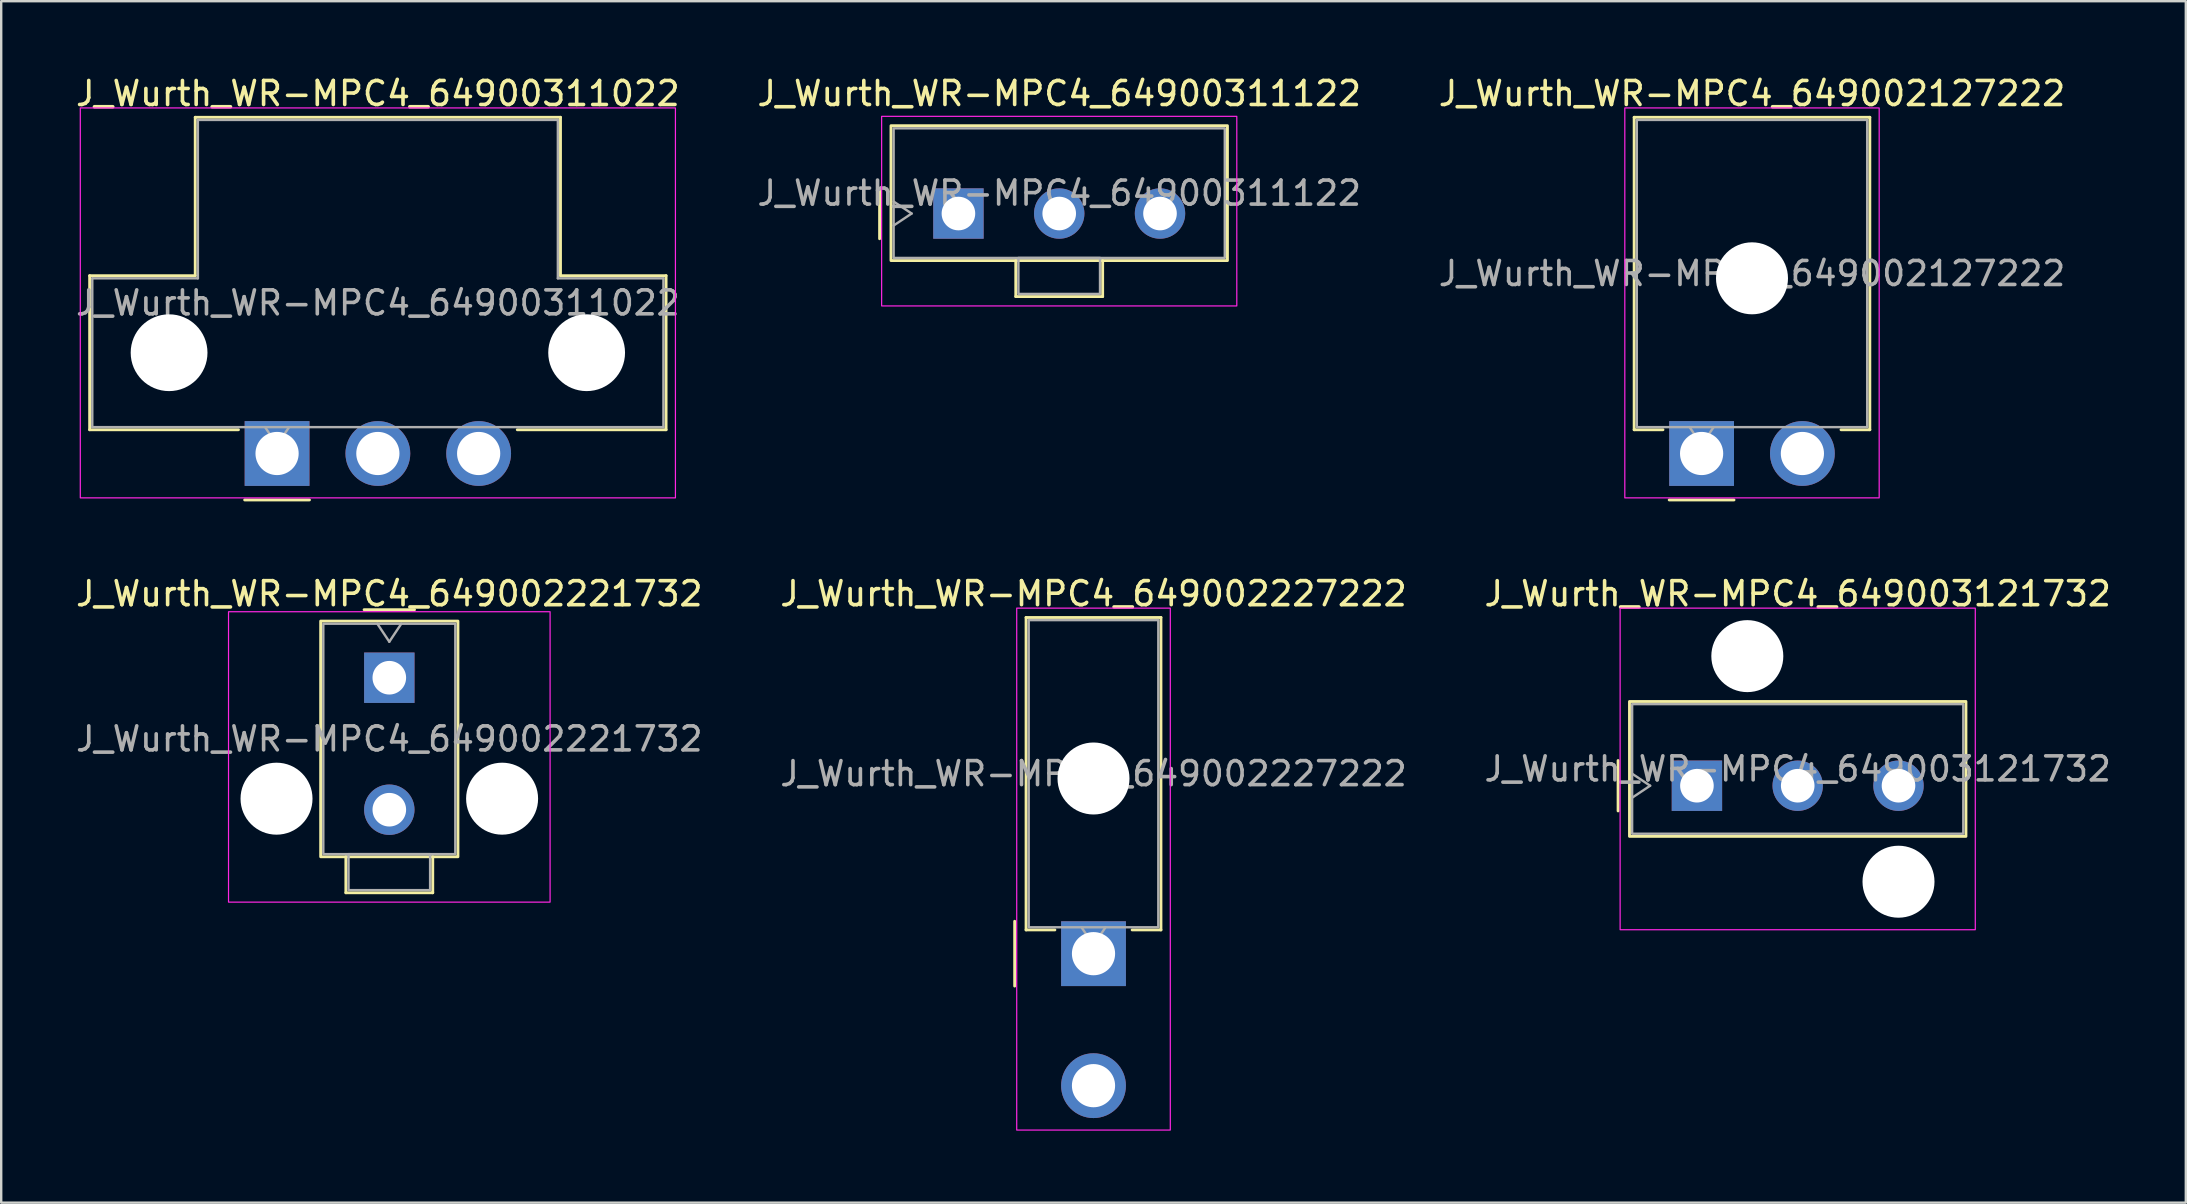
<source format=kicad_pcb>
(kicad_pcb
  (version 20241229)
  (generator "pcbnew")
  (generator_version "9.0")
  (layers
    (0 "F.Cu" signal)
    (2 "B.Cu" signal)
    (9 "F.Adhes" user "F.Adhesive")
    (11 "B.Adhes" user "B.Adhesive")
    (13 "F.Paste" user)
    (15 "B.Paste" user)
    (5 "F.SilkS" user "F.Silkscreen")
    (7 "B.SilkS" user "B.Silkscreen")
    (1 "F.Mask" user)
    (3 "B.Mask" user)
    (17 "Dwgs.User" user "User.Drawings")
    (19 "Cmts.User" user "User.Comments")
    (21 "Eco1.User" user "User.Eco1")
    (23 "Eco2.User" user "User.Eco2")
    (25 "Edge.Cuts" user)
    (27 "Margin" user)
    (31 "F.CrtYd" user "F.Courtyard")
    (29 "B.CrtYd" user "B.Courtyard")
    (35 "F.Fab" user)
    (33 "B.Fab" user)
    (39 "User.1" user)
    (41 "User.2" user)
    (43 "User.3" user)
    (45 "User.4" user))
  (footprint "J_Wurth_WR-MPC4_64900311122"
    (layer "F.Cu")
    (at 36.889 5.848)
    (property "Reference" "J_Wurth_WR-MPC4_64900311122" (at 4.2 -5 0) (unlocked yes) (layer "F.SilkS") (effects (font (size 1 1) (thickness 0.15))))
    (attr through_hole)
    (fp_line (start -3.285 -1.05) (end -3.285 1.05) (stroke (width 0.12) (type solid)) (layer "F.SilkS"))
    (fp_line (start 2.39 3.46) (end 2.39 1.96) (stroke (width 0.12) (type default)) (layer "F.SilkS"))
    (fp_line (start 6.01 1.96) (end 6.01 3.46) (stroke (width 0.12) (type default)) (layer "F.SilkS"))
    (fp_line (start 6.01 3.46) (end 2.39 3.46) (stroke (width 0.12) (type default)) (layer "F.SilkS"))
    (fp_rect (start -2.81 -3.66) (end 11.21 1.96) (stroke (width 0.12) (type solid)) (fill no) (layer "F.SilkS"))
    (fp_rect (start -3.2 -4.05) (end 11.6 3.85) (stroke (width 0.05) (type solid)) (fill no) (layer "F.CrtYd"))
    (fp_line (start -1.95 0) (end -2.7 -0.5) (stroke (width 0.1) (type solid)) (layer "F.Fab"))
    (fp_line (start -1.95 0) (end -2.7 0.5) (stroke (width 0.1) (type solid)) (layer "F.Fab"))
    (fp_rect (start -2.7 -3.55) (end 11.1 1.85) (stroke (width 0.1) (type solid)) (fill no) (layer "F.Fab"))
    (fp_rect (start 2.5 1.85) (end 5.9 3.35) (stroke (width 0.1) (type solid)) (fill no) (layer "F.Fab"))
    (fp_text user "${REFERENCE}" (at 4.2 -0.85 0) (unlocked yes) (layer "F.Fab") (effects (font (size 1 1) (thickness 0.15))))
    (pad "1" thru_hole rect (at 0 0 180) (size 2.1 2.1) (drill 1.4) (layers "*.Cu" "*.Mask"))
    (pad "2" thru_hole circle (at 4.2 0 180) (size 2.1 2.1) (drill 1.4) (layers "*.Cu" "*.Mask"))
    (pad "3" thru_hole circle (at 8.4 0 180) (size 2.1 2.1) (drill 1.4) (layers "*.Cu" "*.Mask")))
  (footprint "J_Wurth_WR-MPC4_64900311022"
    (layer "F.Cu")
    (at 8.496 15.848)
    (property "Reference" "J_Wurth_WR-MPC4_64900311022" (at 4.2 -15 0) (unlocked yes) (layer "F.SilkS") (effects (font (size 1 1) (thickness 0.15))))
    (attr through_hole)
    (fp_line (start -7.81 -7.41) (end -3.41 -7.41) (stroke (width 0.12) (type default)) (layer "F.SilkS"))
    (fp_line (start -7.81 -0.99) (end -7.81 -7.41) (stroke (width 0.12) (type default)) (layer "F.SilkS"))
    (fp_line (start -7.81 -0.99) (end -1.61 -0.99) (stroke (width 0.12) (type solid)) (layer "F.SilkS"))
    (fp_line (start -3.41 -14.01) (end -3.41 -7.41) (stroke (width 0.12) (type solid)) (layer "F.SilkS"))
    (fp_line (start -1.35 1.935) (end 1.35 1.935) (stroke (width 0.12) (type solid)) (layer "F.SilkS"))
    (fp_line (start 10.01 -0.99) (end 16.21 -0.99) (stroke (width 0.12) (type solid)) (layer "F.SilkS"))
    (fp_line (start 11.81 -14.01) (end -3.41 -14.01) (stroke (width 0.12) (type solid)) (layer "F.SilkS"))
    (fp_line (start 11.81 -7.41) (end 11.81 -14.01) (stroke (width 0.12) (type solid)) (layer "F.SilkS"))
    (fp_line (start 16.21 -7.41) (end 11.81 -7.41) (stroke (width 0.12) (type default)) (layer "F.SilkS"))
    (fp_line (start 16.21 -0.99) (end 16.21 -7.41) (stroke (width 0.12) (type default)) (layer "F.SilkS"))
    (fp_rect (start -8.2 -14.4) (end 16.6 1.85) (stroke (width 0.05) (type solid)) (fill no) (layer "F.CrtYd"))
    (fp_line (start -7.7 -1.1) (end -7.7 -7.3) (stroke (width 0.1) (type default)) (layer "F.Fab"))
    (fp_line (start -7.7 -1.1) (end 16.1 -1.1) (stroke (width 0.1) (type solid)) (layer "F.Fab"))
    (fp_line (start -3.3 -13.9) (end -3.3 -7.3) (stroke (width 0.1) (type solid)) (layer "F.Fab"))
    (fp_line (start -3.3 -7.3) (end -7.7 -7.3) (stroke (width 0.1) (type default)) (layer "F.Fab"))
    (fp_line (start 0 -0.35) (end -0.5 -1.1) (stroke (width 0.1) (type solid)) (layer "F.Fab"))
    (fp_line (start 0 -0.35) (end 0.5 -1.1) (stroke (width 0.1) (type solid)) (layer "F.Fab"))
    (fp_line (start 11.7 -13.9) (end -3.3 -13.9) (stroke (width 0.1) (type default)) (layer "F.Fab"))
    (fp_line (start 11.7 -7.3) (end 11.7 -13.9) (stroke (width 0.1) (type solid)) (layer "F.Fab"))
    (fp_line (start 11.7 -7.3) (end 16.1 -7.3) (stroke (width 0.1) (type default)) (layer "F.Fab"))
    (fp_line (start 16.1 -1.1) (end 16.1 -7.3) (stroke (width 0.1) (type default)) (layer "F.Fab"))
    (fp_text user "${REFERENCE}" (at 4.2 -6.275 0) (unlocked yes) (layer "F.Fab") (effects (font (size 1 1) (thickness 0.15))))
    (pad "" np_thru_hole circle (at -4.5 -4.2) (size 3.2 3.2) (drill 3.2) (layers "*.Cu" "*.Mask"))
    (pad "" np_thru_hole circle (at 12.9 -4.2) (size 3.2 3.2) (drill 3.2) (layers "*.Cu" "*.Mask"))
    (pad "1" thru_hole rect (at 0 0 180) (size 2.7 2.7) (drill 1.8) (layers "*.Cu" "*.Mask"))
    (pad "2" thru_hole circle (at 4.2 0 180) (size 2.7 2.7) (drill 1.8) (layers "*.Cu" "*.Mask"))
    (pad "3" thru_hole circle (at 8.4 0 180) (size 2.7 2.7) (drill 1.8) (layers "*.Cu" "*.Mask")))
  (footprint "J_Wurth_WR-MPC4_649002127222"
    (layer "F.Cu")
    (at 67.858 15.848)
    (property "Reference" "J_Wurth_WR-MPC4_649002127222" (at 2.1 -15 0) (unlocked yes) (layer "F.SilkS") (effects (font (size 1 1) (thickness 0.15))))
    (attr through_hole)
    (fp_line (start -2.81 -14.01) (end 7.01 -14.01) (stroke (width 0.12) (type default)) (layer "F.SilkS"))
    (fp_line (start -2.81 -0.99) (end -2.81 -14.01) (stroke (width 0.12) (type default)) (layer "F.SilkS"))
    (fp_line (start -1.61 -0.99) (end -2.81 -0.99) (stroke (width 0.12) (type solid)) (layer "F.SilkS"))
    (fp_line (start -1.35 1.935) (end 1.35 1.935) (stroke (width 0.12) (type solid)) (layer "F.SilkS"))
    (fp_line (start 7.01 -14.01) (end 7.01 -0.99) (stroke (width 0.12) (type default)) (layer "F.SilkS"))
    (fp_line (start 7.01 -0.99) (end 5.81 -0.99) (stroke (width 0.12) (type solid)) (layer "F.SilkS"))
    (fp_rect (start -3.2 -14.4) (end 7.4 1.85) (stroke (width 0.05) (type solid)) (fill no) (layer "F.CrtYd"))
    (fp_line (start 0 -0.35) (end -0.5 -1.1) (stroke (width 0.1) (type solid)) (layer "F.Fab"))
    (fp_line (start 0 -0.35) (end 0.5 -1.1) (stroke (width 0.1) (type solid)) (layer "F.Fab"))
    (fp_rect (start -2.7 -13.9) (end 6.9 -1.1) (stroke (width 0.1) (type solid)) (fill no) (layer "F.Fab"))
    (fp_text user "${REFERENCE}" (at 2.1 -7.5 0) (unlocked yes) (layer "F.Fab") (effects (font (size 1 1) (thickness 0.15))))
    (pad "" np_thru_hole circle (at 2.1 -7.3) (size 3 3) (drill 3) (layers "*.Cu" "*.Mask"))
    (pad "1" thru_hole rect (at 0 0 180) (size 2.7 2.7) (drill 1.8) (layers "*.Cu" "*.Mask"))
    (pad "2" thru_hole circle (at 4.2 0 180) (size 2.7 2.7) (drill 1.8) (layers "*.Cu" "*.Mask")))
  (footprint "J_Wurth_WR-MPC4_649003121732"
    (layer "F.Cu")
    (at 67.663 29.692)
    (property "Reference" "J_Wurth_WR-MPC4_649003121732" (at 4.2 -8 0) (unlocked yes) (layer "F.SilkS") (effects (font (size 1 1) (thickness 0.15))))
    (attr through_hole)
    (fp_line (start -3.285 -1.05) (end -3.285 1.05) (stroke (width 0.12) (type solid)) (layer "F.SilkS"))
    (fp_rect (start -2.81 -3.51) (end 11.21 2.11) (stroke (width 0.12) (type default)) (fill no) (layer "F.SilkS"))
    (fp_rect (start -3.2 -7.4) (end 11.6 6) (stroke (width 0.05) (type solid)) (fill no) (layer "F.CrtYd"))
    (fp_line (start -1.95 0) (end -2.7 -0.5) (stroke (width 0.1) (type solid)) (layer "F.Fab"))
    (fp_line (start -1.95 0) (end -2.7 0.5) (stroke (width 0.1) (type solid)) (layer "F.Fab"))
    (fp_rect (start -2.7 -3.4) (end 11.1 2) (stroke (width 0.1) (type solid)) (fill no) (layer "F.Fab"))
    (fp_text user "${REFERENCE}" (at 4.2 -0.7 0) (unlocked yes) (layer "F.Fab") (effects (font (size 1 1) (thickness 0.15))))
    (pad "" np_thru_hole circle (at 2.1 -5.4) (size 3 3) (drill 3) (layers "*.Cu" "*.Mask"))
    (pad "" np_thru_hole circle (at 8.4 4) (size 3 3) (drill 3) (layers "*.Cu" "*.Mask"))
    (pad "1" thru_hole rect (at 0 0) (size 2.1 2.1) (drill 1.4) (layers "*.Cu" "*.Mask"))
    (pad "2" thru_hole circle (at 4.2 0) (size 2.1 2.1) (drill 1.4) (layers "*.Cu" "*.Mask"))
    (pad "3" thru_hole circle (at 8.4 0) (size 2.1 2.1) (drill 1.4) (layers "*.Cu" "*.Mask")))
  (footprint "J_Wurth_WR-MPC4_649002221732"
    (layer "F.Cu")
    (at 13.173 25.192)
    (property "Reference" "J_Wurth_WR-MPC4_649002221732" (at 0 -3.5 0) (unlocked yes) (layer "F.SilkS") (effects (font (size 1 1) (thickness 0.15))))
    (attr through_hole)
    (fp_line (start -1.81 8.96) (end -1.81 7.46) (stroke (width 0.12) (type default)) (layer "F.SilkS"))
    (fp_line (start 1.05 -2.835) (end -1.05 -2.835) (stroke (width 0.12) (type solid)) (layer "F.SilkS"))
    (fp_line (start 1.81 7.46) (end 1.81 8.96) (stroke (width 0.12) (type default)) (layer "F.SilkS"))
    (fp_line (start 1.81 8.96) (end -1.81 8.96) (stroke (width 0.12) (type solid)) (layer "F.SilkS"))
    (fp_rect (start -2.86 -2.36) (end 2.86 7.46) (stroke (width 0.12) (type solid)) (fill no) (layer "F.SilkS"))
    (fp_rect (start -6.7 -2.75) (end 6.7 9.35) (stroke (width 0.05) (type solid)) (fill no) (layer "F.CrtYd"))
    (fp_line (start 0 -1.5) (end -0.5 -2.25) (stroke (width 0.1) (type solid)) (layer "F.Fab"))
    (fp_line (start 0 -1.5) (end 0.5 -2.25) (stroke (width 0.1) (type solid)) (layer "F.Fab"))
    (fp_rect (start -2.75 -2.25) (end 2.75 7.35) (stroke (width 0.1) (type solid)) (fill no) (layer "F.Fab"))
    (fp_rect (start -1.7 7.35) (end 1.7 8.85) (stroke (width 0.1) (type solid)) (fill no) (layer "F.Fab"))
    (fp_text user "${REFERENCE}" (at 0 2.55 0) (unlocked yes) (layer "F.Fab") (effects (font (size 1 1) (thickness 0.15))))
    (pad "" np_thru_hole circle (at -4.7 5.04 180) (size 3 3) (drill 3) (layers "*.Cu" "*.Mask"))
    (pad "" np_thru_hole circle (at 4.7 5.04 180) (size 3 3) (drill 3) (layers "*.Cu" "*.Mask"))
    (pad "1" thru_hole rect (at 0 0 180) (size 2.1 2.1) (drill 1.4) (layers "*.Cu" "*.Mask"))
    (pad "2" thru_hole circle (at 0 5.5 180) (size 2.1 2.1) (drill 1.4) (layers "*.Cu" "*.Mask")))
  (footprint "J_Wurth_WR-MPC4_649002227222"
    (layer "F.Cu")
    (at 42.518 36.691)
    (property "Reference" "J_Wurth_WR-MPC4_649002227222" (at 0 -15 0) (unlocked yes) (layer "F.SilkS") (effects (font (size 1 1) (thickness 0.15))))
    (attr through_hole)
    (fp_line (start -3.285 -1.35) (end -3.285 1.35) (stroke (width 0.12) (type solid)) (layer "F.SilkS"))
    (fp_line (start -2.81 -14.01) (end 2.81 -14.01) (stroke (width 0.12) (type default)) (layer "F.SilkS"))
    (fp_line (start -2.81 -0.99) (end -2.81 -14.01) (stroke (width 0.12) (type default)) (layer "F.SilkS"))
    (fp_line (start -1.61 -0.99) (end -2.81 -0.99) (stroke (width 0.12) (type solid)) (layer "F.SilkS"))
    (fp_line (start 2.81 -14.01) (end 2.81 -0.99) (stroke (width 0.12) (type default)) (layer "F.SilkS"))
    (fp_line (start 2.81 -0.99) (end 1.61 -0.99) (stroke (width 0.12) (type solid)) (layer "F.SilkS"))
    (fp_rect (start -3.2 -14.4) (end 3.2 7.35) (stroke (width 0.05) (type solid)) (fill no) (layer "F.CrtYd"))
    (fp_line (start 0 -0.35) (end -0.5 -1.1) (stroke (width 0.1) (type solid)) (layer "F.Fab"))
    (fp_line (start 0 -0.35) (end 0.5 -1.1) (stroke (width 0.1) (type solid)) (layer "F.Fab"))
    (fp_rect (start -2.7 -13.9) (end 2.7 -1.1) (stroke (width 0.1) (type solid)) (fill no) (layer "F.Fab"))
    (fp_text user "${REFERENCE}" (at 0 -7.5 0) (unlocked yes) (layer "F.Fab") (effects (font (size 1 1) (thickness 0.15))))
    (pad "" np_thru_hole circle (at 0 -7.3) (size 3 3) (drill 3) (layers "*.Cu" "*.Mask"))
    (pad "1" thru_hole rect (at 0 0 180) (size 2.7 2.7) (drill 1.8) (layers "*.Cu" "*.Mask"))
    (pad "2" thru_hole circle (at 0 5.5 180) (size 2.7 2.7) (drill 1.8) (layers "*.Cu" "*.Mask")))
  (gr_rect
    (start -3 -3)
    (end 88.036 47.066)
    (stroke (width 0.1) (type default))
    (fill no)
    (layer "Edge.Cuts")))
</source>
